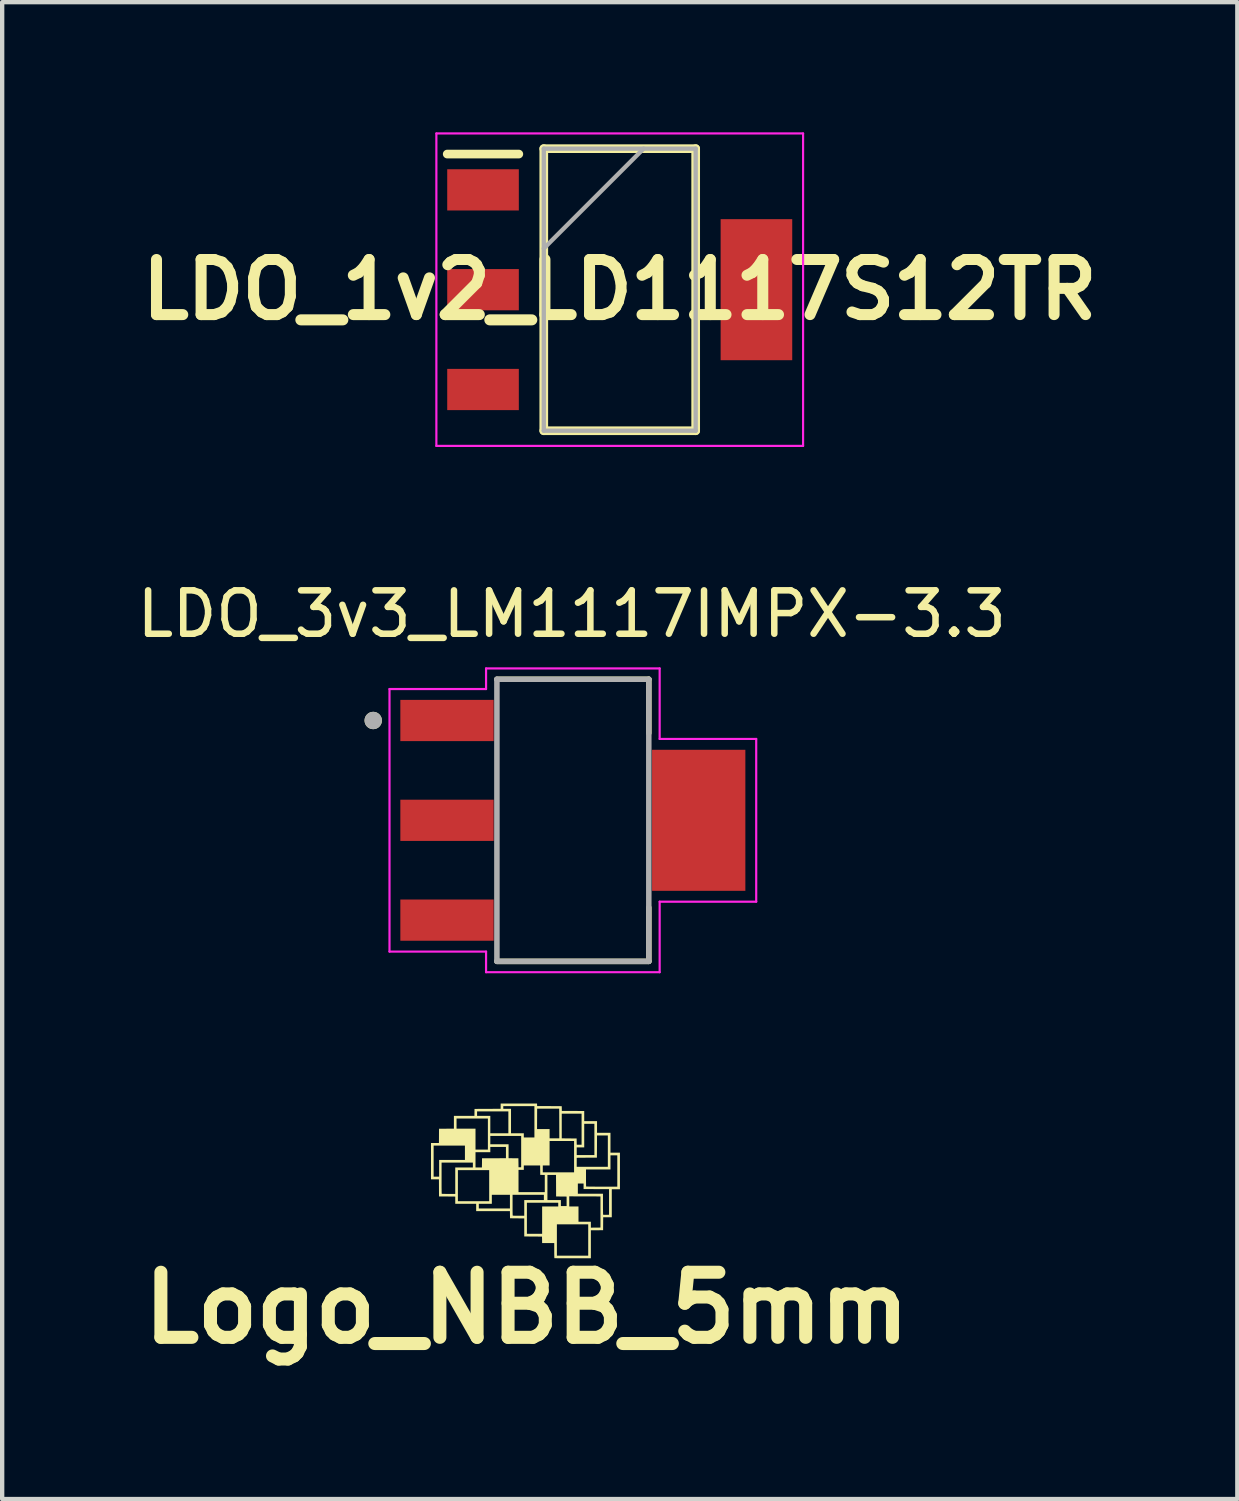
<source format=kicad_pcb>
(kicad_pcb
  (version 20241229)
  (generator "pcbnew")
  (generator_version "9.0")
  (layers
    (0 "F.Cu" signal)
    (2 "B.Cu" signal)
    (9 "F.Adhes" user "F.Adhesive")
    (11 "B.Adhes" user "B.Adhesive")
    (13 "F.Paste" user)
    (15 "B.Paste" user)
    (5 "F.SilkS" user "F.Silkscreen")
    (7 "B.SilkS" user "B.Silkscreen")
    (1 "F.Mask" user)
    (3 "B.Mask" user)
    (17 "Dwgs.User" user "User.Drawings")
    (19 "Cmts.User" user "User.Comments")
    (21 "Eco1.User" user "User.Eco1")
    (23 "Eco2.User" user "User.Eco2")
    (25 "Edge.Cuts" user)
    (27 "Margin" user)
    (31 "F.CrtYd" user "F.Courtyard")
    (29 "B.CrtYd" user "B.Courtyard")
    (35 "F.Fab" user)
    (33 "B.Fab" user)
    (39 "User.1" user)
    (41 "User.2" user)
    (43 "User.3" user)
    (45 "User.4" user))
  (footprint "Logo_NBB_5mm"
    (layer "F.Cu")
    (at 9.086 24.039)
    (property "Reference" "Logo_NBB_5mm" (at 0 3.048 0) (layer "F.SilkS") (effects (font (size 1.5 1.5) (thickness 0.3))))
    (attr board_only exclude_from_pos_files exclude_from_bom)
    (fp_poly (pts (xy 0.24 -1.632) (xy 0.241 -1.603) (xy 0.524 -1.602) (xy 0.808 -1.6) (xy 0.809 -1.546) (xy 0.81 -1.491) (xy 1.068 -1.49) (xy 1.326 -1.489) (xy 1.326 -1.372) (xy 1.326 -1.255) (xy 1.473 -1.255) (xy 1.621 -1.255) (xy 1.621 -1.12) (xy 1.621 -0.986) (xy 1.776 -0.986) (xy 1.931 -0.986) (xy 1.931 -0.757) (xy 1.931 -0.528) (xy 2.04 -0.528) (xy 2.149 -0.528) (xy 2.149 -0.107) (xy 2.149 0.315) (xy 2.055 0.315) (xy 1.961 0.315) (xy 1.961 0.638) (xy 1.961 0.96) (xy 1.862 0.96) (xy 1.763 0.96) (xy 1.762 1.109) (xy 1.761 1.258) (xy 1.62 1.259) (xy 1.479 1.26) (xy 1.479 1.583) (xy 1.479 1.905) (xy 1.06 1.905) (xy 0.996 1.905) (xy 0.935 1.905) (xy 0.877 1.905) (xy 0.824 1.905) (xy 0.776 1.904) (xy 0.734 1.904) (xy 0.698 1.904) (xy 0.67 1.903) (xy 0.651 1.903) (xy 0.64 1.902) (xy 0.639 1.902) (xy 0.638 1.896) (xy 0.637 1.882) (xy 0.636 1.859) (xy 0.636 1.83) (xy 0.635 1.796) (xy 0.635 1.757) (xy 0.635 1.727) (xy 0.635 1.555) (xy 0.496 1.555) (xy 0.356 1.555) (xy 0.355 1.48) (xy 0.353 1.405) (xy 0.149 1.404) (xy -0.056 1.402) (xy -0.056 1.194) (xy -0.056 0.986) (xy -0.22 0.985) (xy -0.384 0.983) (xy -0.385 0.901) (xy -0.386 0.818) (xy -0.775 0.818) (xy -1.164 0.818) (xy -1.164 0.757) (xy -1.103 0.757) (xy -0.744 0.757) (xy -0.386 0.757) (xy -0.386 0.6) (xy -0.386 0.442) (xy -0.325 0.442) (xy -0.325 0.68) (xy -0.325 0.728) (xy -0.325 0.773) (xy -0.325 0.814) (xy -0.324 0.85) (xy -0.324 0.88) (xy -0.323 0.902) (xy -0.322 0.916) (xy -0.322 0.921) (xy -0.316 0.922) (xy -0.301 0.923) (xy -0.279 0.924) (xy -0.251 0.924) (xy -0.219 0.925) (xy -0.187 0.925) (xy -0.056 0.925) (xy -0.056 0.744) (xy -0.056 0.625) (xy 0.005 0.625) (xy 0.005 0.983) (xy 0.005 1.341) (xy 0.18 1.341) (xy 0.356 1.341) (xy 0.356 1.123) (xy 0.696 1.123) (xy 0.696 1.484) (xy 0.696 1.844) (xy 1.057 1.844) (xy 1.418 1.844) (xy 1.418 1.484) (xy 1.418 1.123) (xy 1.057 1.123) (xy 0.696 1.123) (xy 0.356 1.123) (xy 0.356 1.026) (xy 0.356 0.711) (xy 0.541 0.711) (xy 0.727 0.711) (xy 0.727 0.668) (xy 0.727 0.625) (xy 0.366 0.625) (xy 0.005 0.625) (xy -0.056 0.625) (xy -0.056 0.564) (xy 0.17 0.564) (xy 0.396 0.564) (xy 0.396 0.503) (xy 0.396 0.442) (xy 0.036 0.442) (xy -0.325 0.442) (xy -0.386 0.442) (xy -0.594 0.442) (xy -0.803 0.442) (xy -0.803 0.546) (xy -0.803 0.65) (xy -0.953 0.65) (xy -1.103 0.65) (xy -1.103 0.704) (xy -1.103 0.757) (xy -1.164 0.757) (xy -1.164 0.734) (xy -1.164 0.65) (xy -1.405 0.65) (xy -1.646 0.65) (xy -1.646 0.567) (xy -1.646 0.483) (xy -1.833 0.481) (xy -2.02 0.48) (xy -2.021 0.283) (xy -2.022 0.086) (xy -2.114 0.086) (xy -2.205 0.086) (xy -2.205 -0.333) (xy -2.205 -0.691) (xy -2.144 -0.691) (xy -2.144 -0.333) (xy -2.144 0.025) (xy -2.081 0.025) (xy -2.017 0.025) (xy -2.017 -0.168) (xy -2.017 -0.3) (xy -1.961 -0.3) (xy -1.961 0.058) (xy -1.961 0.117) (xy -1.961 0.173) (xy -1.961 0.226) (xy -1.961 0.274) (xy -1.96 0.316) (xy -1.96 0.352) (xy -1.959 0.382) (xy -1.959 0.403) (xy -1.958 0.415) (xy -1.958 0.418) (xy -1.952 0.419) (xy -1.938 0.42) (xy -1.915 0.421) (xy -1.887 0.421) (xy -1.853 0.422) (xy -1.815 0.422) (xy -1.8 0.422) (xy -1.646 0.422) (xy -1.646 0.117) (xy -1.646 -0.127) (xy -1.585 -0.127) (xy -1.585 0.231) (xy -1.585 0.589) (xy -1.225 0.589) (xy -0.864 0.589) (xy -0.864 0.381) (xy -0.188 0.381) (xy 0.114 0.381) (xy 0.417 0.381) (xy 0.417 0.183) (xy 0.417 -0.015) (xy 0.404 -0.015) (xy 0.478 -0.015) (xy 0.478 0.274) (xy 0.478 0.564) (xy 0.633 0.564) (xy 0.788 0.564) (xy 0.788 0.633) (xy 0.788 0.701) (xy 0.854 0.701) (xy 0.92 0.701) (xy 0.92 0.592) (xy 0.92 0.483) (xy 0.799 0.482) (xy 0.678 0.48) (xy 0.678 0.478) (xy 0.981 0.478) (xy 0.981 0.594) (xy 0.981 0.711) (xy 1.087 0.711) (xy 1.194 0.711) (xy 1.194 0.887) (xy 1.194 1.062) (xy 1.336 1.062) (xy 1.479 1.062) (xy 1.479 1.131) (xy 1.479 1.199) (xy 1.589 1.198) (xy 1.7 1.197) (xy 1.7 0.838) (xy 1.7 0.48) (xy 1.34 0.479) (xy 0.981 0.478) (xy 0.678 0.478) (xy 0.677 0.232) (xy 0.677 0.183) (xy 1.179 0.183) (xy 1.179 0.3) (xy 1.179 0.417) (xy 1.468 0.417) (xy 1.758 0.417) (xy 1.758 0.657) (xy 1.758 0.706) (xy 1.758 0.751) (xy 1.759 0.792) (xy 1.759 0.828) (xy 1.76 0.858) (xy 1.76 0.881) (xy 1.761 0.896) (xy 1.762 0.901) (xy 1.768 0.902) (xy 1.782 0.903) (xy 1.802 0.904) (xy 1.827 0.903) (xy 1.831 0.903) (xy 1.898 0.902) (xy 1.898 0.607) (xy 1.898 0.312) (xy 1.604 0.311) (xy 1.311 0.31) (xy 1.311 0.246) (xy 1.311 0.183) (xy 1.245 0.183) (xy 1.179 0.183) (xy 0.677 0.183) (xy 0.676 0.053) (xy 1.367 0.053) (xy 1.367 0.096) (xy 1.367 0.136) (xy 1.368 0.172) (xy 1.368 0.203) (xy 1.369 0.227) (xy 1.369 0.243) (xy 1.37 0.25) (xy 1.37 0.251) (xy 1.376 0.251) (xy 1.391 0.252) (xy 1.414 0.252) (xy 1.445 0.253) (xy 1.483 0.253) (xy 1.527 0.253) (xy 1.576 0.254) (xy 1.63 0.254) (xy 1.687 0.254) (xy 1.731 0.254) (xy 2.088 0.254) (xy 2.088 -0.107) (xy 2.088 -0.467) (xy 2.01 -0.467) (xy 1.931 -0.467) (xy 1.931 -0.305) (xy 1.931 -0.142) (xy 1.649 -0.142) (xy 1.367 -0.142) (xy 1.367 0.053) (xy 0.676 0.053) (xy 0.676 -0.015) (xy 0.577 -0.015) (xy 0.478 -0.015) (xy 0.404 -0.015) (xy 0.365 -0.016) (xy 0.312 -0.018) (xy 0.312 -0.076) (xy 0.371 -0.076) (xy 0.732 -0.076) (xy 1.092 -0.076) (xy 1.092 -0.203) (xy 1.153 -0.203) (xy 1.512 -0.203) (xy 1.87 -0.203) (xy 1.87 -0.564) (xy 1.87 -0.925) (xy 1.745 -0.925) (xy 1.621 -0.925) (xy 1.62 -0.669) (xy 1.618 -0.414) (xy 1.386 -0.413) (xy 1.153 -0.411) (xy 1.153 -0.307) (xy 1.153 -0.203) (xy 1.092 -0.203) (xy 1.092 -0.437) (xy 1.092 -0.473) (xy 1.153 -0.473) (xy 1.357 -0.473) (xy 1.56 -0.473) (xy 1.56 -0.833) (xy 1.56 -1.194) (xy 1.443 -1.194) (xy 1.326 -1.194) (xy 1.326 -0.922) (xy 1.326 -0.65) (xy 1.24 -0.65) (xy 1.153 -0.65) (xy 1.153 -0.561) (xy 1.153 -0.473) (xy 1.092 -0.473) (xy 1.092 -0.798) (xy 0.81 -0.798) (xy 0.528 -0.798) (xy 0.528 -0.516) (xy 0.528 -0.234) (xy 0.45 -0.234) (xy 0.371 -0.234) (xy 0.371 -0.155) (xy 0.371 -0.076) (xy 0.312 -0.076) (xy 0.311 -0.126) (xy 0.31 -0.234) (xy 0.122 -0.234) (xy -0.066 -0.234) (xy -0.066 -0.183) (xy -0.066 -0.132) (xy -0.127 -0.132) (xy -0.188 -0.132) (xy -0.188 0.124) (xy -0.188 0.381) (xy -0.864 0.381) (xy -0.864 0.231) (xy -0.864 -0.127) (xy -1.225 -0.127) (xy -1.585 -0.127) (xy -1.646 -0.127) (xy -1.646 -0.188) (xy -1.443 -0.188) (xy -1.24 -0.188) (xy -1.179 -0.188) (xy -1.105 -0.188) (xy -1.032 -0.188) (xy -1.03 -0.293) (xy -1.029 -0.399) (xy -0.753 -0.4) (xy -0.478 -0.401) (xy -0.478 -0.531) (xy -0.478 -0.661) (xy -0.658 -0.661) (xy -0.838 -0.661) (xy -0.838 -0.6) (xy -0.838 -0.539) (xy -1.009 -0.539) (xy -1.179 -0.539) (xy -1.179 -0.363) (xy -1.179 -0.188) (xy -1.24 -0.188) (xy -1.24 -0.244) (xy -1.24 -0.3) (xy -1.601 -0.3) (xy -1.961 -0.3) (xy -2.017 -0.3) (xy -2.017 -0.361) (xy -1.72 -0.361) (xy -1.423 -0.361) (xy -1.423 -0.526) (xy -1.423 -0.691) (xy -1.783 -0.691) (xy -2.144 -0.691) (xy -2.205 -0.691) (xy -2.205 -0.752) (xy -2.114 -0.752) (xy -2.022 -0.752) (xy -2.021 -0.916) (xy -2.02 -1.08) (xy -1.848 -1.081) (xy -1.677 -1.082) (xy -1.677 -1.23) (xy -1.677 -1.316) (xy -1.616 -1.316) (xy -1.616 -1.199) (xy -1.616 -1.082) (xy -1.397 -1.082) (xy -1.179 -1.082) (xy -1.179 -0.841) (xy -1.179 -0.6) (xy -1.037 -0.6) (xy -0.894 -0.6) (xy -0.894 -0.915) (xy -0.838 -0.915) (xy -0.838 -0.818) (xy -0.838 -0.722) (xy -0.628 -0.722) (xy -0.417 -0.722) (xy -0.417 -0.562) (xy -0.417 -0.402) (xy -0.304 -0.4) (xy -0.191 -0.399) (xy -0.189 -0.296) (xy -0.188 -0.193) (xy -0.157 -0.193) (xy -0.127 -0.193) (xy -0.127 -0.554) (xy -0.127 -0.915) (xy -0.483 -0.915) (xy -0.838 -0.915) (xy -0.894 -0.915) (xy -0.894 -0.958) (xy -0.894 -1.316) (xy -1.255 -1.316) (xy -1.616 -1.316) (xy -1.677 -1.316) (xy -1.677 -1.377) (xy -1.441 -1.377) (xy -1.204 -1.377) (xy -1.203 -1.457) (xy -1.203 -1.479) (xy -1.143 -1.479) (xy -1.143 -1.428) (xy -1.143 -1.377) (xy -0.991 -1.377) (xy -0.838 -1.377) (xy -0.838 -1.176) (xy -0.838 -0.976) (xy -0.63 -0.976) (xy -0.422 -0.976) (xy -0.422 -1.227) (xy -0.422 -1.479) (xy -0.782 -1.479) (xy -1.143 -1.479) (xy -1.203 -1.479) (xy -1.202 -1.537) (xy -0.901 -1.538) (xy -0.6 -1.54) (xy -0.6 -1.601) (xy -0.539 -1.601) (xy -0.539 -1.57) (xy -0.539 -1.54) (xy -0.45 -1.54) (xy -0.361 -1.54) (xy -0.361 -1.258) (xy -0.361 -0.976) (xy -0.213 -0.976) (xy -0.066 -0.976) (xy -0.066 -0.927) (xy -0.066 -0.879) (xy 0.056 -0.879) (xy 0.178 -0.879) (xy 0.178 -1.072) (xy 0.239 -1.072) (xy 0.384 -1.072) (xy 0.528 -1.072) (xy 0.528 -0.965) (xy 0.528 -0.859) (xy 0.64 -0.859) (xy 0.752 -0.859) (xy 0.751 -1.2) (xy 0.75 -1.428) (xy 0.808 -1.428) (xy 0.808 -1.143) (xy 0.808 -0.859) (xy 0.979 -0.857) (xy 1.151 -0.856) (xy 1.152 -0.784) (xy 1.154 -0.711) (xy 1.209 -0.711) (xy 1.265 -0.711) (xy 1.265 -1.07) (xy 1.265 -1.428) (xy 1.037 -1.428) (xy 0.808 -1.428) (xy 0.75 -1.428) (xy 0.749 -1.542) (xy 0.495 -1.542) (xy 0.241 -1.542) (xy 0.24 -1.307) (xy 0.239 -1.072) (xy 0.178 -1.072) (xy 0.178 -1.24) (xy 0.178 -1.601) (xy -0.18 -1.601) (xy -0.539 -1.601) (xy -0.6 -1.601) (xy -0.6 -1.601) (xy -0.6 -1.661) (xy -0.181 -1.661) (xy 0.238 -1.661)) (stroke (width 0) (type solid)) (fill yes) (layer "F.SilkS")))
  (footprint "LDO_3v3_LM1117IMPX-3.3"
    (layer "F.Cu")
    (at 10.15 15.852)
    (property "Reference" "LDO_3v3_LM1117IMPX-3.3" (at -0.025 -4.754 0) (layer "F.SilkS") (effects (font (size 1 1) (thickness 0.15))))
    (attr through_hole)
    (fp_line (start -1.75 -3.25) (end 1.75 -3.25) (stroke (width 0.127) (type solid)) (layer "F.SilkS"))
    (fp_line (start -1.75 3.25) (end 1.75 3.25) (stroke (width 0.127) (type solid)) (layer "F.SilkS"))
    (fp_line (start 1.75 -3.25) (end 1.75 -2.01) (stroke (width 0.127) (type solid)) (layer "F.SilkS"))
    (fp_line (start 1.75 3.25) (end 1.75 2.01) (stroke (width 0.127) (type solid)) (layer "F.SilkS"))
    (fp_circle (center -4.6 -2.3) (end -4.5 -2.3) (stroke (width 0.2) (type solid)) (fill no) (layer "F.SilkS"))
    (fp_line (start -4.225 -3.025) (end -4.225 3.025) (stroke (width 0.05) (type solid)) (layer "F.CrtYd"))
    (fp_line (start -4.225 3.025) (end -2 3.025) (stroke (width 0.05) (type solid)) (layer "F.CrtYd"))
    (fp_line (start -2 -3.5) (end -2 -3.025) (stroke (width 0.05) (type solid)) (layer "F.CrtYd"))
    (fp_line (start -2 -3.025) (end -4.225 -3.025) (stroke (width 0.05) (type solid)) (layer "F.CrtYd"))
    (fp_line (start -2 3.025) (end -2 3.5) (stroke (width 0.05) (type solid)) (layer "F.CrtYd"))
    (fp_line (start -2 3.5) (end 2 3.5) (stroke (width 0.05) (type solid)) (layer "F.CrtYd"))
    (fp_line (start 2 -3.5) (end -2 -3.5) (stroke (width 0.05) (type solid)) (layer "F.CrtYd"))
    (fp_line (start 2 -1.875) (end 2 -3.5) (stroke (width 0.05) (type solid)) (layer "F.CrtYd"))
    (fp_line (start 2 1.875) (end 4.225 1.875) (stroke (width 0.05) (type solid)) (layer "F.CrtYd"))
    (fp_line (start 2 3.5) (end 2 1.875) (stroke (width 0.05) (type solid)) (layer "F.CrtYd"))
    (fp_line (start 4.225 -1.875) (end 2 -1.875) (stroke (width 0.05) (type solid)) (layer "F.CrtYd"))
    (fp_line (start 4.225 1.875) (end 4.225 -1.875) (stroke (width 0.05) (type solid)) (layer "F.CrtYd"))
    (fp_line (start -1.75 -3.25) (end -1.75 3.25) (stroke (width 0.127) (type solid)) (layer "F.Fab"))
    (fp_line (start 1.75 -3.25) (end -1.75 -3.25) (stroke (width 0.127) (type solid)) (layer "F.Fab"))
    (fp_line (start 1.75 -3.25) (end 1.75 3.25) (stroke (width 0.127) (type solid)) (layer "F.Fab"))
    (fp_line (start 1.75 3.25) (end -1.75 3.25) (stroke (width 0.127) (type solid)) (layer "F.Fab"))
    (fp_circle (center -4.6 -2.3) (end -4.5 -2.3) (stroke (width 0.2) (type solid)) (fill no) (layer "F.Fab"))
    (pad "1" smd rect (at -2.9 -2.3) (size 2.15 0.95) (layers "F.Cu" "F.Mask" "F.Paste"))
    (pad "2" smd rect (at -2.9 0) (size 2.15 0.95) (layers "F.Cu" "F.Mask" "F.Paste"))
    (pad "3" smd rect (at -2.9 2.3) (size 2.15 0.95) (layers "F.Cu" "F.Mask" "F.Paste"))
    (pad "4" smd rect (at 2.9 0) (size 2.15 3.25) (layers "F.Cu" "F.Mask" "F.Paste")))
  (footprint "LDO_1v2_LD1117S12TR"
    (layer "F.Cu")
    (at 11.23 3.625)
    (property "Reference" "LDO_1v2_LD1117S12TR" (at 0 0 0) (layer "F.SilkS") (effects (font (size 1.27 1.27) (thickness 0.254))))
    (attr smd)
    (fp_line (start -3.975 -3.125) (end -2.325 -3.125) (stroke (width 0.2) (type solid)) (layer "F.SilkS"))
    (fp_line (start -1.75 -3.25) (end 1.75 -3.25) (stroke (width 0.2) (type solid)) (layer "F.SilkS"))
    (fp_line (start -1.75 3.25) (end -1.75 -3.25) (stroke (width 0.2) (type solid)) (layer "F.SilkS"))
    (fp_line (start 1.75 -3.25) (end 1.75 3.25) (stroke (width 0.2) (type solid)) (layer "F.SilkS"))
    (fp_line (start 1.75 3.25) (end -1.75 3.25) (stroke (width 0.2) (type solid)) (layer "F.SilkS"))
    (fp_line (start -4.225 -3.6) (end 4.225 -3.6) (stroke (width 0.05) (type solid)) (layer "F.CrtYd"))
    (fp_line (start -4.225 3.6) (end -4.225 -3.6) (stroke (width 0.05) (type solid)) (layer "F.CrtYd"))
    (fp_line (start 4.225 -3.6) (end 4.225 3.6) (stroke (width 0.05) (type solid)) (layer "F.CrtYd"))
    (fp_line (start 4.225 3.6) (end -4.225 3.6) (stroke (width 0.05) (type solid)) (layer "F.CrtYd"))
    (fp_line (start -1.75 -3.25) (end 1.75 -3.25) (stroke (width 0.1) (type solid)) (layer "F.Fab"))
    (fp_line (start -1.75 -0.95) (end 0.55 -3.25) (stroke (width 0.1) (type solid)) (layer "F.Fab"))
    (fp_line (start -1.75 3.25) (end -1.75 -3.25) (stroke (width 0.1) (type solid)) (layer "F.Fab"))
    (fp_line (start 1.75 -3.25) (end 1.75 3.25) (stroke (width 0.1) (type solid)) (layer "F.Fab"))
    (fp_line (start 1.75 3.25) (end -1.75 3.25) (stroke (width 0.1) (type solid)) (layer "F.Fab"))
    (pad "1" smd rect (at -3.15 -2.3 90) (size 0.95 1.65) (layers "F.Cu" "F.Mask" "F.Paste"))
    (pad "2" smd rect (at -3.15 0 90) (size 0.95 1.65) (layers "F.Cu" "F.Mask" "F.Paste"))
    (pad "3" smd rect (at -3.15 2.3 90) (size 0.95 1.65) (layers "F.Cu" "F.Mask" "F.Paste"))
    (pad "4" smd rect (at 3.15 0) (size 1.65 3.25) (layers "F.Cu" "F.Mask" "F.Paste")))
  (gr_rect
    (start -3 -3)
    (end 25.461 31.491)
    (stroke (width 0.1) (type default))
    (fill no)
    (layer "Edge.Cuts")))
</source>
